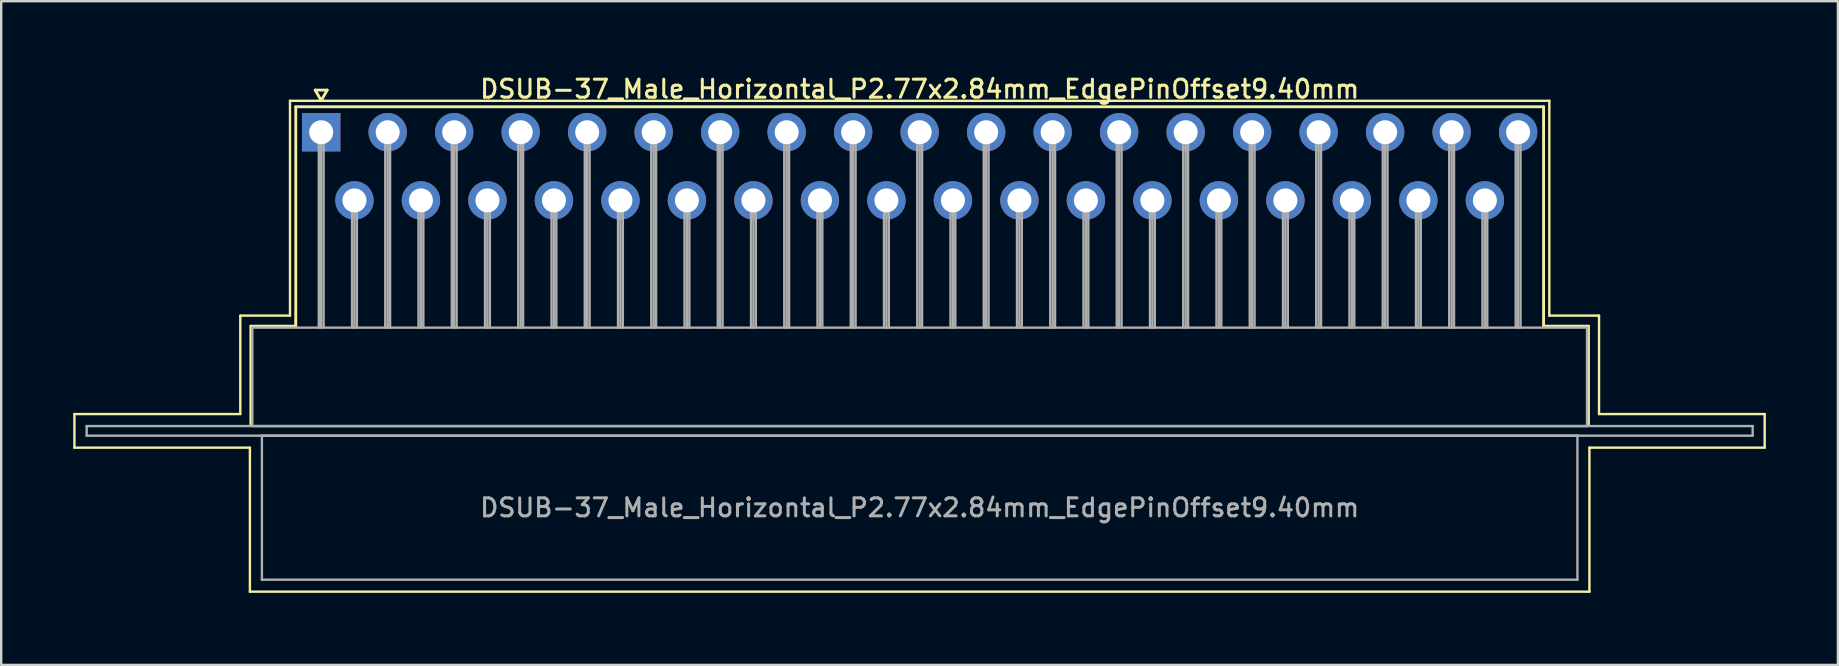
<source format=kicad_pcb>
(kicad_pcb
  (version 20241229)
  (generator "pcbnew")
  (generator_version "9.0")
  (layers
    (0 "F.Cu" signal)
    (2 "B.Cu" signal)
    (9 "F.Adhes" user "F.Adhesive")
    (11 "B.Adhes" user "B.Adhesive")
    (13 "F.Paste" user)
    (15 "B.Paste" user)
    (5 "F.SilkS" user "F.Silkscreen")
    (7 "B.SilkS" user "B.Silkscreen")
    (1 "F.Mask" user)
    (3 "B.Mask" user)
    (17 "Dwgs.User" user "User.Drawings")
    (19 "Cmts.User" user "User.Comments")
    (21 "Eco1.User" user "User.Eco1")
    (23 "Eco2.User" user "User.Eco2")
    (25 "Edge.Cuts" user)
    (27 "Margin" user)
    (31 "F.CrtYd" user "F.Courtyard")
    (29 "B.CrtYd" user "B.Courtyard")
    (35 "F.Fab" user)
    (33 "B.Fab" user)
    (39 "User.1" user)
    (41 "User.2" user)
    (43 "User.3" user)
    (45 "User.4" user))
  (footprint "DSUB-37_Male_Horizontal_P2.77x2.84mm_EdgePinOffset9.40mm"
    (layer "F.Cu")
    (at 10.33 2.458)
    (property "Reference" "DSUB-37_Male_Horizontal_P2.77x2.84mm_EdgePinOffset9.40mm" (at 24.93 -1.8 0) (layer "F.SilkS") (effects (font (size 0.75 0.75) (thickness 0.125))))
    (attr through_hole)
    (fp_line (start -10.28 11.74) (end -3.37 11.74) (stroke (width 0.1) (type solid)) (layer "F.SilkS"))
    (fp_line (start -10.28 13.14) (end -10.28 11.74) (stroke (width 0.1) (type solid)) (layer "F.SilkS"))
    (fp_line (start -3.37 7.64) (end -1.3 7.64) (stroke (width 0.1) (type solid)) (layer "F.SilkS"))
    (fp_line (start -3.37 11.74) (end -3.37 7.64) (stroke (width 0.1) (type solid)) (layer "F.SilkS"))
    (fp_line (start -2.97 13.14) (end -10.28 13.14) (stroke (width 0.1) (type solid)) (layer "F.SilkS"))
    (fp_line (start -2.97 19.14) (end -2.97 13.14) (stroke (width 0.1) (type solid)) (layer "F.SilkS"))
    (fp_line (start -2.93 8.08) (end -1.06 8.08) (stroke (width 0.12) (type solid)) (layer "F.SilkS"))
    (fp_line (start -2.93 12.18) (end -2.93 8.08) (stroke (width 0.12) (type solid)) (layer "F.SilkS"))
    (fp_line (start -1.3 -1.31) (end 51.16 -1.31) (stroke (width 0.1) (type solid)) (layer "F.SilkS"))
    (fp_line (start -1.3 7.64) (end -1.3 -1.31) (stroke (width 0.1) (type solid)) (layer "F.SilkS"))
    (fp_line (start -1.06 -1.06) (end 50.92 -1.06) (stroke (width 0.12) (type solid)) (layer "F.SilkS"))
    (fp_line (start -1.06 8.08) (end -1.06 -1.06) (stroke (width 0.12) (type solid)) (layer "F.SilkS"))
    (fp_line (start -0.25 -1.754) (end 0.25 -1.754) (stroke (width 0.12) (type solid)) (layer "F.SilkS"))
    (fp_line (start 0 -1.321) (end -0.25 -1.754) (stroke (width 0.12) (type solid)) (layer "F.SilkS"))
    (fp_line (start 0.25 -1.754) (end 0 -1.321) (stroke (width 0.12) (type solid)) (layer "F.SilkS"))
    (fp_line (start 50.92 -1.06) (end 50.92 8.08) (stroke (width 0.12) (type solid)) (layer "F.SilkS"))
    (fp_line (start 50.92 8.08) (end 52.79 8.08) (stroke (width 0.12) (type solid)) (layer "F.SilkS"))
    (fp_line (start 51.16 -1.31) (end 51.16 7.64) (stroke (width 0.1) (type solid)) (layer "F.SilkS"))
    (fp_line (start 51.16 7.64) (end 53.23 7.64) (stroke (width 0.1) (type solid)) (layer "F.SilkS"))
    (fp_line (start 52.79 8.08) (end 52.79 12.18) (stroke (width 0.12) (type solid)) (layer "F.SilkS"))
    (fp_line (start 52.83 13.14) (end 52.83 19.14) (stroke (width 0.1) (type solid)) (layer "F.SilkS"))
    (fp_line (start 52.83 19.14) (end -2.97 19.14) (stroke (width 0.1) (type solid)) (layer "F.SilkS"))
    (fp_line (start 53.23 7.64) (end 53.23 11.74) (stroke (width 0.1) (type solid)) (layer "F.SilkS"))
    (fp_line (start 53.23 11.74) (end 60.13 11.74) (stroke (width 0.1) (type solid)) (layer "F.SilkS"))
    (fp_line (start 60.13 11.74) (end 60.13 13.14) (stroke (width 0.1) (type solid)) (layer "F.SilkS"))
    (fp_line (start 60.13 13.14) (end 52.83 13.14) (stroke (width 0.1) (type solid)) (layer "F.SilkS"))
    (fp_line (start -9.77 12.24) (end -9.77 12.64) (stroke (width 0.1) (type solid)) (layer "F.Fab"))
    (fp_line (start -9.77 12.64) (end 59.63 12.64) (stroke (width 0.1) (type solid)) (layer "F.Fab"))
    (fp_line (start -2.87 8.14) (end -2.87 12.24) (stroke (width 0.1) (type solid)) (layer "F.Fab"))
    (fp_line (start -2.87 12.24) (end 52.73 12.24) (stroke (width 0.1) (type solid)) (layer "F.Fab"))
    (fp_line (start -2.47 12.64) (end -2.47 18.64) (stroke (width 0.1) (type solid)) (layer "F.Fab"))
    (fp_line (start -2.47 18.64) (end 52.33 18.64) (stroke (width 0.1) (type solid)) (layer "F.Fab"))
    (fp_line (start -0.1 0) (end -0.1 8.14) (stroke (width 0.1) (type solid)) (layer "F.Fab"))
    (fp_line (start 0 0) (end 0 8.14) (stroke (width 0.1) (type solid)) (layer "F.Fab"))
    (fp_line (start 0.1 0) (end 0.1 8.14) (stroke (width 0.1) (type solid)) (layer "F.Fab"))
    (fp_line (start 1.285 2.84) (end 1.285 8.14) (stroke (width 0.1) (type solid)) (layer "F.Fab"))
    (fp_line (start 1.385 2.84) (end 1.385 8.14) (stroke (width 0.1) (type solid)) (layer "F.Fab"))
    (fp_line (start 1.485 2.84) (end 1.485 8.14) (stroke (width 0.1) (type solid)) (layer "F.Fab"))
    (fp_line (start 2.67 0) (end 2.67 8.14) (stroke (width 0.1) (type solid)) (layer "F.Fab"))
    (fp_line (start 2.77 0) (end 2.77 8.14) (stroke (width 0.1) (type solid)) (layer "F.Fab"))
    (fp_line (start 2.87 0) (end 2.87 8.14) (stroke (width 0.1) (type solid)) (layer "F.Fab"))
    (fp_line (start 4.055 2.84) (end 4.055 8.14) (stroke (width 0.1) (type solid)) (layer "F.Fab"))
    (fp_line (start 4.155 2.84) (end 4.155 8.14) (stroke (width 0.1) (type solid)) (layer "F.Fab"))
    (fp_line (start 4.255 2.84) (end 4.255 8.14) (stroke (width 0.1) (type solid)) (layer "F.Fab"))
    (fp_line (start 5.44 0) (end 5.44 8.14) (stroke (width 0.1) (type solid)) (layer "F.Fab"))
    (fp_line (start 5.54 0) (end 5.54 8.14) (stroke (width 0.1) (type solid)) (layer "F.Fab"))
    (fp_line (start 5.64 0) (end 5.64 8.14) (stroke (width 0.1) (type solid)) (layer "F.Fab"))
    (fp_line (start 6.825 2.84) (end 6.825 8.14) (stroke (width 0.1) (type solid)) (layer "F.Fab"))
    (fp_line (start 6.925 2.84) (end 6.925 8.14) (stroke (width 0.1) (type solid)) (layer "F.Fab"))
    (fp_line (start 7.025 2.84) (end 7.025 8.14) (stroke (width 0.1) (type solid)) (layer "F.Fab"))
    (fp_line (start 8.21 0) (end 8.21 8.14) (stroke (width 0.1) (type solid)) (layer "F.Fab"))
    (fp_line (start 8.31 0) (end 8.31 8.14) (stroke (width 0.1) (type solid)) (layer "F.Fab"))
    (fp_line (start 8.41 0) (end 8.41 8.14) (stroke (width 0.1) (type solid)) (layer "F.Fab"))
    (fp_line (start 9.595 2.84) (end 9.595 8.14) (stroke (width 0.1) (type solid)) (layer "F.Fab"))
    (fp_line (start 9.695 2.84) (end 9.695 8.14) (stroke (width 0.1) (type solid)) (layer "F.Fab"))
    (fp_line (start 9.795 2.84) (end 9.795 8.14) (stroke (width 0.1) (type solid)) (layer "F.Fab"))
    (fp_line (start 10.98 0) (end 10.98 8.14) (stroke (width 0.1) (type solid)) (layer "F.Fab"))
    (fp_line (start 11.08 0) (end 11.08 8.14) (stroke (width 0.1) (type solid)) (layer "F.Fab"))
    (fp_line (start 11.18 0) (end 11.18 8.14) (stroke (width 0.1) (type solid)) (layer "F.Fab"))
    (fp_line (start 12.365 2.84) (end 12.365 8.14) (stroke (width 0.1) (type solid)) (layer "F.Fab"))
    (fp_line (start 12.465 2.84) (end 12.465 8.14) (stroke (width 0.1) (type solid)) (layer "F.Fab"))
    (fp_line (start 12.565 2.84) (end 12.565 8.14) (stroke (width 0.1) (type solid)) (layer "F.Fab"))
    (fp_line (start 13.75 0) (end 13.75 8.14) (stroke (width 0.1) (type solid)) (layer "F.Fab"))
    (fp_line (start 13.85 0) (end 13.85 8.14) (stroke (width 0.1) (type solid)) (layer "F.Fab"))
    (fp_line (start 13.95 0) (end 13.95 8.14) (stroke (width 0.1) (type solid)) (layer "F.Fab"))
    (fp_line (start 15.135 2.84) (end 15.135 8.14) (stroke (width 0.1) (type solid)) (layer "F.Fab"))
    (fp_line (start 15.235 2.84) (end 15.235 8.14) (stroke (width 0.1) (type solid)) (layer "F.Fab"))
    (fp_line (start 15.335 2.84) (end 15.335 8.14) (stroke (width 0.1) (type solid)) (layer "F.Fab"))
    (fp_line (start 16.52 0) (end 16.52 8.14) (stroke (width 0.1) (type solid)) (layer "F.Fab"))
    (fp_line (start 16.62 0) (end 16.62 8.14) (stroke (width 0.1) (type solid)) (layer "F.Fab"))
    (fp_line (start 16.72 0) (end 16.72 8.14) (stroke (width 0.1) (type solid)) (layer "F.Fab"))
    (fp_line (start 17.905 2.84) (end 17.905 8.14) (stroke (width 0.1) (type solid)) (layer "F.Fab"))
    (fp_line (start 18.005 2.84) (end 18.005 8.14) (stroke (width 0.1) (type solid)) (layer "F.Fab"))
    (fp_line (start 18.105 2.84) (end 18.105 8.14) (stroke (width 0.1) (type solid)) (layer "F.Fab"))
    (fp_line (start 19.29 0) (end 19.29 8.14) (stroke (width 0.1) (type solid)) (layer "F.Fab"))
    (fp_line (start 19.39 0) (end 19.39 8.14) (stroke (width 0.1) (type solid)) (layer "F.Fab"))
    (fp_line (start 19.49 0) (end 19.49 8.14) (stroke (width 0.1) (type solid)) (layer "F.Fab"))
    (fp_line (start 20.675 2.84) (end 20.675 8.14) (stroke (width 0.1) (type solid)) (layer "F.Fab"))
    (fp_line (start 20.775 2.84) (end 20.775 8.14) (stroke (width 0.1) (type solid)) (layer "F.Fab"))
    (fp_line (start 20.875 2.84) (end 20.875 8.14) (stroke (width 0.1) (type solid)) (layer "F.Fab"))
    (fp_line (start 22.06 0) (end 22.06 8.14) (stroke (width 0.1) (type solid)) (layer "F.Fab"))
    (fp_line (start 22.16 0) (end 22.16 8.14) (stroke (width 0.1) (type solid)) (layer "F.Fab"))
    (fp_line (start 22.26 0) (end 22.26 8.14) (stroke (width 0.1) (type solid)) (layer "F.Fab"))
    (fp_line (start 23.445 2.84) (end 23.445 8.14) (stroke (width 0.1) (type solid)) (layer "F.Fab"))
    (fp_line (start 23.545 2.84) (end 23.545 8.14) (stroke (width 0.1) (type solid)) (layer "F.Fab"))
    (fp_line (start 23.645 2.84) (end 23.645 8.14) (stroke (width 0.1) (type solid)) (layer "F.Fab"))
    (fp_line (start 24.83 0) (end 24.83 8.14) (stroke (width 0.1) (type solid)) (layer "F.Fab"))
    (fp_line (start 24.93 0) (end 24.93 8.14) (stroke (width 0.1) (type solid)) (layer "F.Fab"))
    (fp_line (start 25.03 0) (end 25.03 8.14) (stroke (width 0.1) (type solid)) (layer "F.Fab"))
    (fp_line (start 26.215 2.84) (end 26.215 8.14) (stroke (width 0.1) (type solid)) (layer "F.Fab"))
    (fp_line (start 26.315 2.84) (end 26.315 8.14) (stroke (width 0.1) (type solid)) (layer "F.Fab"))
    (fp_line (start 26.415 2.84) (end 26.415 8.14) (stroke (width 0.1) (type solid)) (layer "F.Fab"))
    (fp_line (start 27.6 0) (end 27.6 8.14) (stroke (width 0.1) (type solid)) (layer "F.Fab"))
    (fp_line (start 27.7 0) (end 27.7 8.14) (stroke (width 0.1) (type solid)) (layer "F.Fab"))
    (fp_line (start 27.8 0) (end 27.8 8.14) (stroke (width 0.1) (type solid)) (layer "F.Fab"))
    (fp_line (start 28.985 2.84) (end 28.985 8.14) (stroke (width 0.1) (type solid)) (layer "F.Fab"))
    (fp_line (start 29.085 2.84) (end 29.085 8.14) (stroke (width 0.1) (type solid)) (layer "F.Fab"))
    (fp_line (start 29.185 2.84) (end 29.185 8.14) (stroke (width 0.1) (type solid)) (layer "F.Fab"))
    (fp_line (start 30.37 0) (end 30.37 8.14) (stroke (width 0.1) (type solid)) (layer "F.Fab"))
    (fp_line (start 30.47 0) (end 30.47 8.14) (stroke (width 0.1) (type solid)) (layer "F.Fab"))
    (fp_line (start 30.57 0) (end 30.57 8.14) (stroke (width 0.1) (type solid)) (layer "F.Fab"))
    (fp_line (start 31.755 2.84) (end 31.755 8.14) (stroke (width 0.1) (type solid)) (layer "F.Fab"))
    (fp_line (start 31.855 2.84) (end 31.855 8.14) (stroke (width 0.1) (type solid)) (layer "F.Fab"))
    (fp_line (start 31.955 2.84) (end 31.955 8.14) (stroke (width 0.1) (type solid)) (layer "F.Fab"))
    (fp_line (start 33.14 0) (end 33.14 8.14) (stroke (width 0.1) (type solid)) (layer "F.Fab"))
    (fp_line (start 33.24 0) (end 33.24 8.14) (stroke (width 0.1) (type solid)) (layer "F.Fab"))
    (fp_line (start 33.34 0) (end 33.34 8.14) (stroke (width 0.1) (type solid)) (layer "F.Fab"))
    (fp_line (start 34.525 2.84) (end 34.525 8.14) (stroke (width 0.1) (type solid)) (layer "F.Fab"))
    (fp_line (start 34.625 2.84) (end 34.625 8.14) (stroke (width 0.1) (type solid)) (layer "F.Fab"))
    (fp_line (start 34.725 2.84) (end 34.725 8.14) (stroke (width 0.1) (type solid)) (layer "F.Fab"))
    (fp_line (start 35.91 0) (end 35.91 8.14) (stroke (width 0.1) (type solid)) (layer "F.Fab"))
    (fp_line (start 36.01 0) (end 36.01 8.14) (stroke (width 0.1) (type solid)) (layer "F.Fab"))
    (fp_line (start 36.11 0) (end 36.11 8.14) (stroke (width 0.1) (type solid)) (layer "F.Fab"))
    (fp_line (start 37.295 2.84) (end 37.295 8.14) (stroke (width 0.1) (type solid)) (layer "F.Fab"))
    (fp_line (start 37.395 2.84) (end 37.395 8.14) (stroke (width 0.1) (type solid)) (layer "F.Fab"))
    (fp_line (start 37.495 2.84) (end 37.495 8.14) (stroke (width 0.1) (type solid)) (layer "F.Fab"))
    (fp_line (start 38.68 0) (end 38.68 8.14) (stroke (width 0.1) (type solid)) (layer "F.Fab"))
    (fp_line (start 38.78 0) (end 38.78 8.14) (stroke (width 0.1) (type solid)) (layer "F.Fab"))
    (fp_line (start 38.88 0) (end 38.88 8.14) (stroke (width 0.1) (type solid)) (layer "F.Fab"))
    (fp_line (start 40.065 2.84) (end 40.065 8.14) (stroke (width 0.1) (type solid)) (layer "F.Fab"))
    (fp_line (start 40.165 2.84) (end 40.165 8.14) (stroke (width 0.1) (type solid)) (layer "F.Fab"))
    (fp_line (start 40.265 2.84) (end 40.265 8.14) (stroke (width 0.1) (type solid)) (layer "F.Fab"))
    (fp_line (start 41.45 0) (end 41.45 8.14) (stroke (width 0.1) (type solid)) (layer "F.Fab"))
    (fp_line (start 41.55 0) (end 41.55 8.14) (stroke (width 0.1) (type solid)) (layer "F.Fab"))
    (fp_line (start 41.65 0) (end 41.65 8.14) (stroke (width 0.1) (type solid)) (layer "F.Fab"))
    (fp_line (start 42.835 2.84) (end 42.835 8.14) (stroke (width 0.1) (type solid)) (layer "F.Fab"))
    (fp_line (start 42.935 2.84) (end 42.935 8.14) (stroke (width 0.1) (type solid)) (layer "F.Fab"))
    (fp_line (start 43.035 2.84) (end 43.035 8.14) (stroke (width 0.1) (type solid)) (layer "F.Fab"))
    (fp_line (start 44.22 0) (end 44.22 8.14) (stroke (width 0.1) (type solid)) (layer "F.Fab"))
    (fp_line (start 44.32 0) (end 44.32 8.14) (stroke (width 0.1) (type solid)) (layer "F.Fab"))
    (fp_line (start 44.42 0) (end 44.42 8.14) (stroke (width 0.1) (type solid)) (layer "F.Fab"))
    (fp_line (start 45.605 2.84) (end 45.605 8.14) (stroke (width 0.1) (type solid)) (layer "F.Fab"))
    (fp_line (start 45.705 2.84) (end 45.705 8.14) (stroke (width 0.1) (type solid)) (layer "F.Fab"))
    (fp_line (start 45.805 2.84) (end 45.805 8.14) (stroke (width 0.1) (type solid)) (layer "F.Fab"))
    (fp_line (start 46.99 0) (end 46.99 8.14) (stroke (width 0.1) (type solid)) (layer "F.Fab"))
    (fp_line (start 47.09 0) (end 47.09 8.14) (stroke (width 0.1) (type solid)) (layer "F.Fab"))
    (fp_line (start 47.19 0) (end 47.19 8.14) (stroke (width 0.1) (type solid)) (layer "F.Fab"))
    (fp_line (start 48.375 2.84) (end 48.375 8.14) (stroke (width 0.1) (type solid)) (layer "F.Fab"))
    (fp_line (start 48.475 2.84) (end 48.475 8.14) (stroke (width 0.1) (type solid)) (layer "F.Fab"))
    (fp_line (start 48.575 2.84) (end 48.575 8.14) (stroke (width 0.1) (type solid)) (layer "F.Fab"))
    (fp_line (start 49.76 0) (end 49.76 8.14) (stroke (width 0.1) (type solid)) (layer "F.Fab"))
    (fp_line (start 49.86 0) (end 49.86 8.14) (stroke (width 0.1) (type solid)) (layer "F.Fab"))
    (fp_line (start 49.96 0) (end 49.96 8.14) (stroke (width 0.1) (type solid)) (layer "F.Fab"))
    (fp_line (start 52.33 12.64) (end -2.47 12.64) (stroke (width 0.1) (type solid)) (layer "F.Fab"))
    (fp_line (start 52.33 18.64) (end 52.33 12.64) (stroke (width 0.1) (type solid)) (layer "F.Fab"))
    (fp_line (start 52.73 8.14) (end -2.87 8.14) (stroke (width 0.1) (type solid)) (layer "F.Fab"))
    (fp_line (start 52.73 12.24) (end 52.73 8.14) (stroke (width 0.1) (type solid)) (layer "F.Fab"))
    (fp_line (start 59.63 12.24) (end -9.77 12.24) (stroke (width 0.1) (type solid)) (layer "F.Fab"))
    (fp_line (start 59.63 12.64) (end 59.63 12.24) (stroke (width 0.1) (type solid)) (layer "F.Fab"))
    (fp_text user "${REFERENCE}" (at 24.93 15.64 0) (layer "F.Fab") (effects (font (size 0.75 0.75) (thickness 0.125))))
    (pad "1" thru_hole rect (at 0 0) (size 1.6 1.6) (drill 1) (layers "*.Cu" "*.Mask"))
    (pad "2" thru_hole circle (at 2.77 0) (size 1.6 1.6) (drill 1) (layers "*.Cu" "*.Mask"))
    (pad "3" thru_hole circle (at 5.54 0) (size 1.6 1.6) (drill 1) (layers "*.Cu" "*.Mask"))
    (pad "4" thru_hole circle (at 8.31 0) (size 1.6 1.6) (drill 1) (layers "*.Cu" "*.Mask"))
    (pad "5" thru_hole circle (at 11.08 0) (size 1.6 1.6) (drill 1) (layers "*.Cu" "*.Mask"))
    (pad "6" thru_hole circle (at 13.85 0) (size 1.6 1.6) (drill 1) (layers "*.Cu" "*.Mask"))
    (pad "7" thru_hole circle (at 16.62 0) (size 1.6 1.6) (drill 1) (layers "*.Cu" "*.Mask"))
    (pad "8" thru_hole circle (at 19.39 0) (size 1.6 1.6) (drill 1) (layers "*.Cu" "*.Mask"))
    (pad "9" thru_hole circle (at 22.16 0) (size 1.6 1.6) (drill 1) (layers "*.Cu" "*.Mask"))
    (pad "10" thru_hole circle (at 24.93 0) (size 1.6 1.6) (drill 1) (layers "*.Cu" "*.Mask"))
    (pad "11" thru_hole circle (at 27.7 0) (size 1.6 1.6) (drill 1) (layers "*.Cu" "*.Mask"))
    (pad "12" thru_hole circle (at 30.47 0) (size 1.6 1.6) (drill 1) (layers "*.Cu" "*.Mask"))
    (pad "13" thru_hole circle (at 33.24 0) (size 1.6 1.6) (drill 1) (layers "*.Cu" "*.Mask"))
    (pad "14" thru_hole circle (at 36.01 0) (size 1.6 1.6) (drill 1) (layers "*.Cu" "*.Mask"))
    (pad "15" thru_hole circle (at 38.78 0) (size 1.6 1.6) (drill 1) (layers "*.Cu" "*.Mask"))
    (pad "16" thru_hole circle (at 41.55 0) (size 1.6 1.6) (drill 1) (layers "*.Cu" "*.Mask"))
    (pad "17" thru_hole circle (at 44.32 0) (size 1.6 1.6) (drill 1) (layers "*.Cu" "*.Mask"))
    (pad "18" thru_hole circle (at 47.09 0) (size 1.6 1.6) (drill 1) (layers "*.Cu" "*.Mask"))
    (pad "19" thru_hole circle (at 49.86 0) (size 1.6 1.6) (drill 1) (layers "*.Cu" "*.Mask"))
    (pad "20" thru_hole circle (at 1.385 2.84) (size 1.6 1.6) (drill 1) (layers "*.Cu" "*.Mask"))
    (pad "21" thru_hole circle (at 4.155 2.84) (size 1.6 1.6) (drill 1) (layers "*.Cu" "*.Mask"))
    (pad "22" thru_hole circle (at 6.925 2.84) (size 1.6 1.6) (drill 1) (layers "*.Cu" "*.Mask"))
    (pad "23" thru_hole circle (at 9.695 2.84) (size 1.6 1.6) (drill 1) (layers "*.Cu" "*.Mask"))
    (pad "24" thru_hole circle (at 12.465 2.84) (size 1.6 1.6) (drill 1) (layers "*.Cu" "*.Mask"))
    (pad "25" thru_hole circle (at 15.235 2.84) (size 1.6 1.6) (drill 1) (layers "*.Cu" "*.Mask"))
    (pad "26" thru_hole circle (at 18.005 2.84) (size 1.6 1.6) (drill 1) (layers "*.Cu" "*.Mask"))
    (pad "27" thru_hole circle (at 20.775 2.84) (size 1.6 1.6) (drill 1) (layers "*.Cu" "*.Mask"))
    (pad "28" thru_hole circle (at 23.545 2.84) (size 1.6 1.6) (drill 1) (layers "*.Cu" "*.Mask"))
    (pad "29" thru_hole circle (at 26.315 2.84) (size 1.6 1.6) (drill 1) (layers "*.Cu" "*.Mask"))
    (pad "30" thru_hole circle (at 29.085 2.84) (size 1.6 1.6) (drill 1) (layers "*.Cu" "*.Mask"))
    (pad "31" thru_hole circle (at 31.855 2.84) (size 1.6 1.6) (drill 1) (layers "*.Cu" "*.Mask"))
    (pad "32" thru_hole circle (at 34.625 2.84) (size 1.6 1.6) (drill 1) (layers "*.Cu" "*.Mask"))
    (pad "33" thru_hole circle (at 37.395 2.84) (size 1.6 1.6) (drill 1) (layers "*.Cu" "*.Mask"))
    (pad "34" thru_hole circle (at 40.165 2.84) (size 1.6 1.6) (drill 1) (layers "*.Cu" "*.Mask"))
    (pad "35" thru_hole circle (at 42.935 2.84) (size 1.6 1.6) (drill 1) (layers "*.Cu" "*.Mask"))
    (pad "36" thru_hole circle (at 45.705 2.84) (size 1.6 1.6) (drill 1) (layers "*.Cu" "*.Mask"))
    (pad "37" thru_hole circle (at 48.475 2.84) (size 1.6 1.6) (drill 1) (layers "*.Cu" "*.Mask")))
  (gr_rect
    (start -3 -3)
    (end 73.51 24.648)
    (stroke (width 0.1) (type default))
    (fill no)
    (layer "Edge.Cuts")))
</source>
